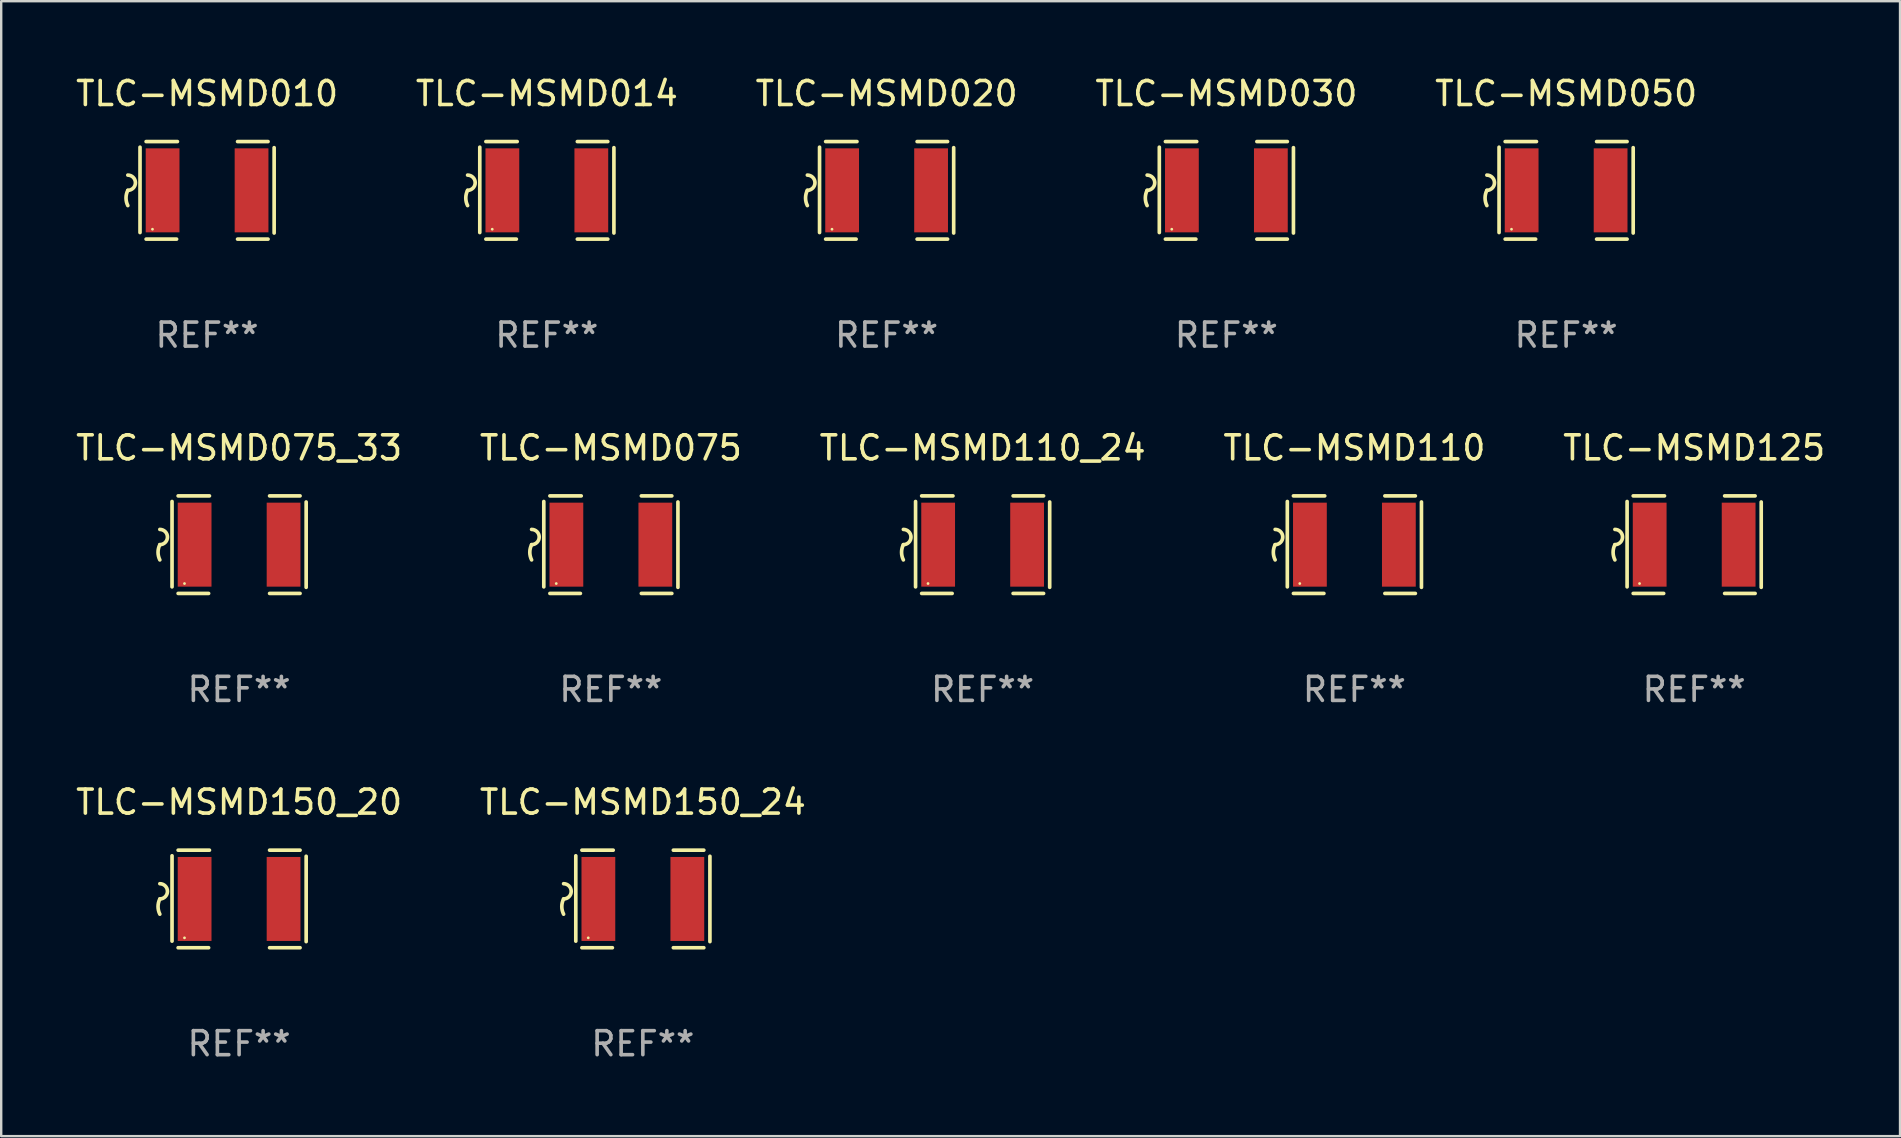
<source format=kicad_pcb>
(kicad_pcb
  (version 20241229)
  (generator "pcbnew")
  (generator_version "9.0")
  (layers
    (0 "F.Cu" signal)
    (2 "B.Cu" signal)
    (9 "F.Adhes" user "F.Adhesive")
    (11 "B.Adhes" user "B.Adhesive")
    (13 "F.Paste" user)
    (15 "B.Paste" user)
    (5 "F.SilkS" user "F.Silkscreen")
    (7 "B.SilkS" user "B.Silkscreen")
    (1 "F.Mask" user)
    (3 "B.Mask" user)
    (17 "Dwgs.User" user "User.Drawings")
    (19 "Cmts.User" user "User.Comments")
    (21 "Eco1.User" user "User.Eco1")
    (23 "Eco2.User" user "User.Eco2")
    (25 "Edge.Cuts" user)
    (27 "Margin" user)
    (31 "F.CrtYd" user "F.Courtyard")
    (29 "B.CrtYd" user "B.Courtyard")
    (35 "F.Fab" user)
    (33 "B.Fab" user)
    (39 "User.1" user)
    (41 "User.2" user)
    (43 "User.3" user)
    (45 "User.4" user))
  (footprint "TLC-MSMD075_33"
    (layer "F.Cu")
    (at 6.911 19.641)
    (property "Reference" "TLC-MSMD075_33" (at 0 -4.032 0) (layer "F.SilkS") (effects (font (size 1 1) (thickness 0.15))))
    (attr through_hole)
    (fp_line (start -2.794 -1.798) (end -2.794 1.758) (stroke (width 0.152) (type solid)) (layer "F.SilkS"))
    (fp_line (start -2.54 -2.032) (end -1.235 -2.032) (stroke (width 0.152) (type solid)) (layer "F.SilkS"))
    (fp_line (start -1.27 2.032) (end -2.54 2.032) (stroke (width 0.152) (type solid)) (layer "F.SilkS"))
    (fp_line (start 1.27 2.032) (end 2.54 2.032) (stroke (width 0.152) (type solid)) (layer "F.SilkS"))
    (fp_line (start 2.54 -2.032) (end 1.27 -2.032) (stroke (width 0.152) (type solid)) (layer "F.SilkS"))
    (fp_line (start 2.794 -1.778) (end 2.794 1.778) (stroke (width 0.152) (type solid)) (layer "F.SilkS"))
    (fp_arc (start -3.302007 -0.635002) (mid -2.984506 -0.317501) (end -3.302007 0) (stroke (width 0.151994) (type solid)) (layer "F.SilkS"))
    (fp_arc (start -3.302007 0.635002) (mid -3.376959 0.317501) (end -3.302007 0) (stroke (width 0.151994) (type solid)) (layer "F.SilkS"))
    (fp_circle (center -2.275 1.62) (end -2.245 1.62) (stroke (width 0.06) (type solid)) (fill no) (layer "F.SilkS"))
    (fp_text user "REF**" (at 0 6.032 0) (layer "F.Fab") (effects (font (size 1 1) (thickness 0.15))))
    (pad "1" smd rect (at -1.853 0) (size 1.407 3.499) (layers "F.Cu" "F.Mask" "F.Paste"))
    (pad "2" smd rect (at 1.853 0) (size 1.407 3.499) (layers "F.Cu" "F.Mask" "F.Paste")))
  (footprint "TLC-MSMD150_20"
    (layer "F.Cu")
    (at 6.911 34.401)
    (property "Reference" "TLC-MSMD150_20" (at 0 -4.032 0) (layer "F.SilkS") (effects (font (size 1 1) (thickness 0.15))))
    (attr through_hole)
    (fp_line (start -2.794 -1.798) (end -2.794 1.758) (stroke (width 0.152) (type solid)) (layer "F.SilkS"))
    (fp_line (start -2.54 -2.032) (end -1.235 -2.032) (stroke (width 0.152) (type solid)) (layer "F.SilkS"))
    (fp_line (start -1.27 2.032) (end -2.54 2.032) (stroke (width 0.152) (type solid)) (layer "F.SilkS"))
    (fp_line (start 1.27 2.032) (end 2.54 2.032) (stroke (width 0.152) (type solid)) (layer "F.SilkS"))
    (fp_line (start 2.54 -2.032) (end 1.27 -2.032) (stroke (width 0.152) (type solid)) (layer "F.SilkS"))
    (fp_line (start 2.794 -1.778) (end 2.794 1.778) (stroke (width 0.152) (type solid)) (layer "F.SilkS"))
    (fp_arc (start -3.302007 -0.635002) (mid -2.984506 -0.317501) (end -3.302007 0) (stroke (width 0.151994) (type solid)) (layer "F.SilkS"))
    (fp_arc (start -3.302007 0.635002) (mid -3.376959 0.317501) (end -3.302007 0) (stroke (width 0.151994) (type solid)) (layer "F.SilkS"))
    (fp_circle (center -2.275 1.62) (end -2.245 1.62) (stroke (width 0.06) (type solid)) (fill no) (layer "F.SilkS"))
    (fp_text user "REF**" (at 0 6.032 0) (layer "F.Fab") (effects (font (size 1 1) (thickness 0.15))))
    (pad "1" smd rect (at -1.853 0) (size 1.407 3.499) (layers "F.Cu" "F.Mask" "F.Paste"))
    (pad "2" smd rect (at 1.853 0) (size 1.407 3.499) (layers "F.Cu" "F.Mask" "F.Paste")))
  (footprint "TLC-MSMD110_24"
    (layer "F.Cu")
    (at 37.887 19.641)
    (property "Reference" "TLC-MSMD110_24" (at 0 -4.032 0) (layer "F.SilkS") (effects (font (size 1 1) (thickness 0.15))))
    (attr through_hole)
    (fp_line (start -2.794 -1.798) (end -2.794 1.758) (stroke (width 0.152) (type solid)) (layer "F.SilkS"))
    (fp_line (start -2.54 -2.032) (end -1.235 -2.032) (stroke (width 0.152) (type solid)) (layer "F.SilkS"))
    (fp_line (start -1.27 2.032) (end -2.54 2.032) (stroke (width 0.152) (type solid)) (layer "F.SilkS"))
    (fp_line (start 1.27 2.032) (end 2.54 2.032) (stroke (width 0.152) (type solid)) (layer "F.SilkS"))
    (fp_line (start 2.54 -2.032) (end 1.27 -2.032) (stroke (width 0.152) (type solid)) (layer "F.SilkS"))
    (fp_line (start 2.794 -1.778) (end 2.794 1.778) (stroke (width 0.152) (type solid)) (layer "F.SilkS"))
    (fp_arc (start -3.302007 -0.635002) (mid -2.984506 -0.317501) (end -3.302007 0) (stroke (width 0.151994) (type solid)) (layer "F.SilkS"))
    (fp_arc (start -3.302007 0.635002) (mid -3.376959 0.317501) (end -3.302007 0) (stroke (width 0.151994) (type solid)) (layer "F.SilkS"))
    (fp_circle (center -2.275 1.62) (end -2.245 1.62) (stroke (width 0.06) (type solid)) (fill no) (layer "F.SilkS"))
    (fp_text user "REF**" (at 0 6.032 0) (layer "F.Fab") (effects (font (size 1 1) (thickness 0.15))))
    (pad "1" smd rect (at -1.853 0) (size 1.407 3.499) (layers "F.Cu" "F.Mask" "F.Paste"))
    (pad "2" smd rect (at 1.853 0) (size 1.407 3.499) (layers "F.Cu" "F.Mask" "F.Paste")))
  (footprint "TLC-MSMD010"
    (layer "F.Cu")
    (at 5.577 4.88)
    (property "Reference" "TLC-MSMD010" (at 0 -4.032 0) (layer "F.SilkS") (effects (font (size 1 1) (thickness 0.15))))
    (attr through_hole)
    (fp_line (start -2.794 -1.798) (end -2.794 1.758) (stroke (width 0.152) (type solid)) (layer "F.SilkS"))
    (fp_line (start -2.54 -2.032) (end -1.235 -2.032) (stroke (width 0.152) (type solid)) (layer "F.SilkS"))
    (fp_line (start -1.27 2.032) (end -2.54 2.032) (stroke (width 0.152) (type solid)) (layer "F.SilkS"))
    (fp_line (start 1.27 2.032) (end 2.54 2.032) (stroke (width 0.152) (type solid)) (layer "F.SilkS"))
    (fp_line (start 2.54 -2.032) (end 1.27 -2.032) (stroke (width 0.152) (type solid)) (layer "F.SilkS"))
    (fp_line (start 2.794 -1.778) (end 2.794 1.778) (stroke (width 0.152) (type solid)) (layer "F.SilkS"))
    (fp_arc (start -3.302007 -0.635002) (mid -2.984506 -0.317501) (end -3.302007 0) (stroke (width 0.151994) (type solid)) (layer "F.SilkS"))
    (fp_arc (start -3.302007 0.635002) (mid -3.376959 0.317501) (end -3.302007 0) (stroke (width 0.151994) (type solid)) (layer "F.SilkS"))
    (fp_circle (center -2.275 1.62) (end -2.245 1.62) (stroke (width 0.06) (type solid)) (fill no) (layer "F.SilkS"))
    (fp_text user "REF**" (at 0 6.032 0) (layer "F.Fab") (effects (font (size 1 1) (thickness 0.15))))
    (pad "1" smd rect (at -1.853 0) (size 1.407 3.499) (layers "F.Cu" "F.Mask" "F.Paste"))
    (pad "2" smd rect (at 1.853 0) (size 1.407 3.499) (layers "F.Cu" "F.Mask" "F.Paste")))
  (footprint "TLC-MSMD125"
    (layer "F.Cu")
    (at 67.53 19.641)
    (property "Reference" "TLC-MSMD125" (at 0 -4.032 0) (layer "F.SilkS") (effects (font (size 1 1) (thickness 0.15))))
    (attr through_hole)
    (fp_line (start -2.794 -1.798) (end -2.794 1.758) (stroke (width 0.152) (type solid)) (layer "F.SilkS"))
    (fp_line (start -2.54 -2.032) (end -1.235 -2.032) (stroke (width 0.152) (type solid)) (layer "F.SilkS"))
    (fp_line (start -1.27 2.032) (end -2.54 2.032) (stroke (width 0.152) (type solid)) (layer "F.SilkS"))
    (fp_line (start 1.27 2.032) (end 2.54 2.032) (stroke (width 0.152) (type solid)) (layer "F.SilkS"))
    (fp_line (start 2.54 -2.032) (end 1.27 -2.032) (stroke (width 0.152) (type solid)) (layer "F.SilkS"))
    (fp_line (start 2.794 -1.778) (end 2.794 1.778) (stroke (width 0.152) (type solid)) (layer "F.SilkS"))
    (fp_arc (start -3.302007 -0.635002) (mid -2.984506 -0.317501) (end -3.302007 0) (stroke (width 0.151994) (type solid)) (layer "F.SilkS"))
    (fp_arc (start -3.302007 0.635002) (mid -3.376959 0.317501) (end -3.302007 0) (stroke (width 0.151994) (type solid)) (layer "F.SilkS"))
    (fp_circle (center -2.275 1.62) (end -2.245 1.62) (stroke (width 0.06) (type solid)) (fill no) (layer "F.SilkS"))
    (fp_text user "REF**" (at 0 6.032 0) (layer "F.Fab") (effects (font (size 1 1) (thickness 0.15))))
    (pad "1" smd rect (at -1.853 0) (size 1.407 3.499) (layers "F.Cu" "F.Mask" "F.Paste"))
    (pad "2" smd rect (at 1.853 0) (size 1.407 3.499) (layers "F.Cu" "F.Mask" "F.Paste")))
  (footprint "TLC-MSMD150_24"
    (layer "F.Cu")
    (at 23.732 34.401)
    (property "Reference" "TLC-MSMD150_24" (at 0 -4.032 0) (layer "F.SilkS") (effects (font (size 1 1) (thickness 0.15))))
    (attr through_hole)
    (fp_line (start -2.794 -1.798) (end -2.794 1.758) (stroke (width 0.152) (type solid)) (layer "F.SilkS"))
    (fp_line (start -2.54 -2.032) (end -1.235 -2.032) (stroke (width 0.152) (type solid)) (layer "F.SilkS"))
    (fp_line (start -1.27 2.032) (end -2.54 2.032) (stroke (width 0.152) (type solid)) (layer "F.SilkS"))
    (fp_line (start 1.27 2.032) (end 2.54 2.032) (stroke (width 0.152) (type solid)) (layer "F.SilkS"))
    (fp_line (start 2.54 -2.032) (end 1.27 -2.032) (stroke (width 0.152) (type solid)) (layer "F.SilkS"))
    (fp_line (start 2.794 -1.778) (end 2.794 1.778) (stroke (width 0.152) (type solid)) (layer "F.SilkS"))
    (fp_arc (start -3.302007 -0.635002) (mid -2.984506 -0.317501) (end -3.302007 0) (stroke (width 0.151994) (type solid)) (layer "F.SilkS"))
    (fp_arc (start -3.302007 0.635002) (mid -3.376959 0.317501) (end -3.302007 0) (stroke (width 0.151994) (type solid)) (layer "F.SilkS"))
    (fp_circle (center -2.275 1.62) (end -2.245 1.62) (stroke (width 0.06) (type solid)) (fill no) (layer "F.SilkS"))
    (fp_text user "REF**" (at 0 6.032 0) (layer "F.Fab") (effects (font (size 1 1) (thickness 0.15))))
    (pad "1" smd rect (at -1.853 0) (size 1.407 3.499) (layers "F.Cu" "F.Mask" "F.Paste"))
    (pad "2" smd rect (at 1.853 0) (size 1.407 3.499) (layers "F.Cu" "F.Mask" "F.Paste")))
  (footprint "TLC-MSMD030"
    (layer "F.Cu")
    (at 48.042 4.88)
    (property "Reference" "TLC-MSMD030" (at 0 -4.032 0) (layer "F.SilkS") (effects (font (size 1 1) (thickness 0.15))))
    (attr through_hole)
    (fp_line (start -2.794 -1.798) (end -2.794 1.758) (stroke (width 0.152) (type solid)) (layer "F.SilkS"))
    (fp_line (start -2.54 -2.032) (end -1.235 -2.032) (stroke (width 0.152) (type solid)) (layer "F.SilkS"))
    (fp_line (start -1.27 2.032) (end -2.54 2.032) (stroke (width 0.152) (type solid)) (layer "F.SilkS"))
    (fp_line (start 1.27 2.032) (end 2.54 2.032) (stroke (width 0.152) (type solid)) (layer "F.SilkS"))
    (fp_line (start 2.54 -2.032) (end 1.27 -2.032) (stroke (width 0.152) (type solid)) (layer "F.SilkS"))
    (fp_line (start 2.794 -1.778) (end 2.794 1.778) (stroke (width 0.152) (type solid)) (layer "F.SilkS"))
    (fp_arc (start -3.302007 -0.635002) (mid -2.984506 -0.317501) (end -3.302007 0) (stroke (width 0.151994) (type solid)) (layer "F.SilkS"))
    (fp_arc (start -3.302007 0.635002) (mid -3.376959 0.317501) (end -3.302007 0) (stroke (width 0.151994) (type solid)) (layer "F.SilkS"))
    (fp_circle (center -2.275 1.62) (end -2.245 1.62) (stroke (width 0.06) (type solid)) (fill no) (layer "F.SilkS"))
    (fp_text user "REF**" (at 0 6.032 0) (layer "F.Fab") (effects (font (size 1 1) (thickness 0.15))))
    (pad "1" smd rect (at -1.853 0) (size 1.407 3.499) (layers "F.Cu" "F.Mask" "F.Paste"))
    (pad "2" smd rect (at 1.853 0) (size 1.407 3.499) (layers "F.Cu" "F.Mask" "F.Paste")))
  (footprint "TLC-MSMD110"
    (layer "F.Cu")
    (at 53.375 19.641)
    (property "Reference" "TLC-MSMD110" (at 0 -4.032 0) (layer "F.SilkS") (effects (font (size 1 1) (thickness 0.15))))
    (attr through_hole)
    (fp_line (start -2.794 -1.798) (end -2.794 1.758) (stroke (width 0.152) (type solid)) (layer "F.SilkS"))
    (fp_line (start -2.54 -2.032) (end -1.235 -2.032) (stroke (width 0.152) (type solid)) (layer "F.SilkS"))
    (fp_line (start -1.27 2.032) (end -2.54 2.032) (stroke (width 0.152) (type solid)) (layer "F.SilkS"))
    (fp_line (start 1.27 2.032) (end 2.54 2.032) (stroke (width 0.152) (type solid)) (layer "F.SilkS"))
    (fp_line (start 2.54 -2.032) (end 1.27 -2.032) (stroke (width 0.152) (type solid)) (layer "F.SilkS"))
    (fp_line (start 2.794 -1.778) (end 2.794 1.778) (stroke (width 0.152) (type solid)) (layer "F.SilkS"))
    (fp_arc (start -3.302007 -0.635002) (mid -2.984506 -0.317501) (end -3.302007 0) (stroke (width 0.151994) (type solid)) (layer "F.SilkS"))
    (fp_arc (start -3.302007 0.635002) (mid -3.376959 0.317501) (end -3.302007 0) (stroke (width 0.151994) (type solid)) (layer "F.SilkS"))
    (fp_circle (center -2.275 1.62) (end -2.245 1.62) (stroke (width 0.06) (type solid)) (fill no) (layer "F.SilkS"))
    (fp_text user "REF**" (at 0 6.032 0) (layer "F.Fab") (effects (font (size 1 1) (thickness 0.15))))
    (pad "1" smd rect (at -1.853 0) (size 1.407 3.499) (layers "F.Cu" "F.Mask" "F.Paste"))
    (pad "2" smd rect (at 1.853 0) (size 1.407 3.499) (layers "F.Cu" "F.Mask" "F.Paste")))
  (footprint "TLC-MSMD075"
    (layer "F.Cu")
    (at 22.399 19.641)
    (property "Reference" "TLC-MSMD075" (at 0 -4.032 0) (layer "F.SilkS") (effects (font (size 1 1) (thickness 0.15))))
    (attr through_hole)
    (fp_line (start -2.794 -1.798) (end -2.794 1.758) (stroke (width 0.152) (type solid)) (layer "F.SilkS"))
    (fp_line (start -2.54 -2.032) (end -1.235 -2.032) (stroke (width 0.152) (type solid)) (layer "F.SilkS"))
    (fp_line (start -1.27 2.032) (end -2.54 2.032) (stroke (width 0.152) (type solid)) (layer "F.SilkS"))
    (fp_line (start 1.27 2.032) (end 2.54 2.032) (stroke (width 0.152) (type solid)) (layer "F.SilkS"))
    (fp_line (start 2.54 -2.032) (end 1.27 -2.032) (stroke (width 0.152) (type solid)) (layer "F.SilkS"))
    (fp_line (start 2.794 -1.778) (end 2.794 1.778) (stroke (width 0.152) (type solid)) (layer "F.SilkS"))
    (fp_arc (start -3.302007 -0.635002) (mid -2.984506 -0.317501) (end -3.302007 0) (stroke (width 0.151994) (type solid)) (layer "F.SilkS"))
    (fp_arc (start -3.302007 0.635002) (mid -3.376959 0.317501) (end -3.302007 0) (stroke (width 0.151994) (type solid)) (layer "F.SilkS"))
    (fp_circle (center -2.275 1.62) (end -2.245 1.62) (stroke (width 0.06) (type solid)) (fill no) (layer "F.SilkS"))
    (fp_text user "REF**" (at 0 6.032 0) (layer "F.Fab") (effects (font (size 1 1) (thickness 0.15))))
    (pad "1" smd rect (at -1.853 0) (size 1.407 3.499) (layers "F.Cu" "F.Mask" "F.Paste"))
    (pad "2" smd rect (at 1.853 0) (size 1.407 3.499) (layers "F.Cu" "F.Mask" "F.Paste")))
  (footprint "TLC-MSMD020"
    (layer "F.Cu")
    (at 33.887 4.88)
    (property "Reference" "TLC-MSMD020" (at 0 -4.032 0) (layer "F.SilkS") (effects (font (size 1 1) (thickness 0.15))))
    (attr through_hole)
    (fp_line (start -2.794 -1.798) (end -2.794 1.758) (stroke (width 0.152) (type solid)) (layer "F.SilkS"))
    (fp_line (start -2.54 -2.032) (end -1.235 -2.032) (stroke (width 0.152) (type solid)) (layer "F.SilkS"))
    (fp_line (start -1.27 2.032) (end -2.54 2.032) (stroke (width 0.152) (type solid)) (layer "F.SilkS"))
    (fp_line (start 1.27 2.032) (end 2.54 2.032) (stroke (width 0.152) (type solid)) (layer "F.SilkS"))
    (fp_line (start 2.54 -2.032) (end 1.27 -2.032) (stroke (width 0.152) (type solid)) (layer "F.SilkS"))
    (fp_line (start 2.794 -1.778) (end 2.794 1.778) (stroke (width 0.152) (type solid)) (layer "F.SilkS"))
    (fp_arc (start -3.302007 -0.635002) (mid -2.984506 -0.317501) (end -3.302007 0) (stroke (width 0.151994) (type solid)) (layer "F.SilkS"))
    (fp_arc (start -3.302007 0.635002) (mid -3.376959 0.317501) (end -3.302007 0) (stroke (width 0.151994) (type solid)) (layer "F.SilkS"))
    (fp_circle (center -2.275 1.62) (end -2.245 1.62) (stroke (width 0.06) (type solid)) (fill no) (layer "F.SilkS"))
    (fp_text user "REF**" (at 0 6.032 0) (layer "F.Fab") (effects (font (size 1 1) (thickness 0.15))))
    (pad "1" smd rect (at -1.853 0) (size 1.407 3.499) (layers "F.Cu" "F.Mask" "F.Paste"))
    (pad "2" smd rect (at 1.853 0) (size 1.407 3.499) (layers "F.Cu" "F.Mask" "F.Paste")))
  (footprint "TLC-MSMD050"
    (layer "F.Cu")
    (at 62.196 4.88)
    (property "Reference" "TLC-MSMD050" (at 0 -4.032 0) (layer "F.SilkS") (effects (font (size 1 1) (thickness 0.15))))
    (attr through_hole)
    (fp_line (start -2.794 -1.798) (end -2.794 1.758) (stroke (width 0.152) (type solid)) (layer "F.SilkS"))
    (fp_line (start -2.54 -2.032) (end -1.235 -2.032) (stroke (width 0.152) (type solid)) (layer "F.SilkS"))
    (fp_line (start -1.27 2.032) (end -2.54 2.032) (stroke (width 0.152) (type solid)) (layer "F.SilkS"))
    (fp_line (start 1.27 2.032) (end 2.54 2.032) (stroke (width 0.152) (type solid)) (layer "F.SilkS"))
    (fp_line (start 2.54 -2.032) (end 1.27 -2.032) (stroke (width 0.152) (type solid)) (layer "F.SilkS"))
    (fp_line (start 2.794 -1.778) (end 2.794 1.778) (stroke (width 0.152) (type solid)) (layer "F.SilkS"))
    (fp_arc (start -3.302007 -0.635002) (mid -2.984506 -0.317501) (end -3.302007 0) (stroke (width 0.151994) (type solid)) (layer "F.SilkS"))
    (fp_arc (start -3.302007 0.635002) (mid -3.376959 0.317501) (end -3.302007 0) (stroke (width 0.151994) (type solid)) (layer "F.SilkS"))
    (fp_circle (center -2.275 1.62) (end -2.245 1.62) (stroke (width 0.06) (type solid)) (fill no) (layer "F.SilkS"))
    (fp_text user "REF**" (at 0 6.032 0) (layer "F.Fab") (effects (font (size 1 1) (thickness 0.15))))
    (pad "1" smd rect (at -1.853 0) (size 1.407 3.499) (layers "F.Cu" "F.Mask" "F.Paste"))
    (pad "2" smd rect (at 1.853 0) (size 1.407 3.499) (layers "F.Cu" "F.Mask" "F.Paste")))
  (footprint "TLC-MSMD014"
    (layer "F.Cu")
    (at 19.732 4.88)
    (property "Reference" "TLC-MSMD014" (at 0 -4.032 0) (layer "F.SilkS") (effects (font (size 1 1) (thickness 0.15))))
    (attr through_hole)
    (fp_line (start -2.794 -1.798) (end -2.794 1.758) (stroke (width 0.152) (type solid)) (layer "F.SilkS"))
    (fp_line (start -2.54 -2.032) (end -1.235 -2.032) (stroke (width 0.152) (type solid)) (layer "F.SilkS"))
    (fp_line (start -1.27 2.032) (end -2.54 2.032) (stroke (width 0.152) (type solid)) (layer "F.SilkS"))
    (fp_line (start 1.27 2.032) (end 2.54 2.032) (stroke (width 0.152) (type solid)) (layer "F.SilkS"))
    (fp_line (start 2.54 -2.032) (end 1.27 -2.032) (stroke (width 0.152) (type solid)) (layer "F.SilkS"))
    (fp_line (start 2.794 -1.778) (end 2.794 1.778) (stroke (width 0.152) (type solid)) (layer "F.SilkS"))
    (fp_arc (start -3.302007 -0.635002) (mid -2.984506 -0.317501) (end -3.302007 0) (stroke (width 0.151994) (type solid)) (layer "F.SilkS"))
    (fp_arc (start -3.302007 0.635002) (mid -3.376959 0.317501) (end -3.302007 0) (stroke (width 0.151994) (type solid)) (layer "F.SilkS"))
    (fp_circle (center -2.275 1.62) (end -2.245 1.62) (stroke (width 0.06) (type solid)) (fill no) (layer "F.SilkS"))
    (fp_text user "REF**" (at 0 6.032 0) (layer "F.Fab") (effects (font (size 1 1) (thickness 0.15))))
    (pad "1" smd rect (at -1.853 0) (size 1.407 3.499) (layers "F.Cu" "F.Mask" "F.Paste"))
    (pad "2" smd rect (at 1.853 0) (size 1.407 3.499) (layers "F.Cu" "F.Mask" "F.Paste")))
  (gr_rect
    (start -3 -3)
    (end 76.107 44.282)
    (stroke (width 0.1) (type default))
    (fill no)
    (layer "Edge.Cuts")))
</source>
